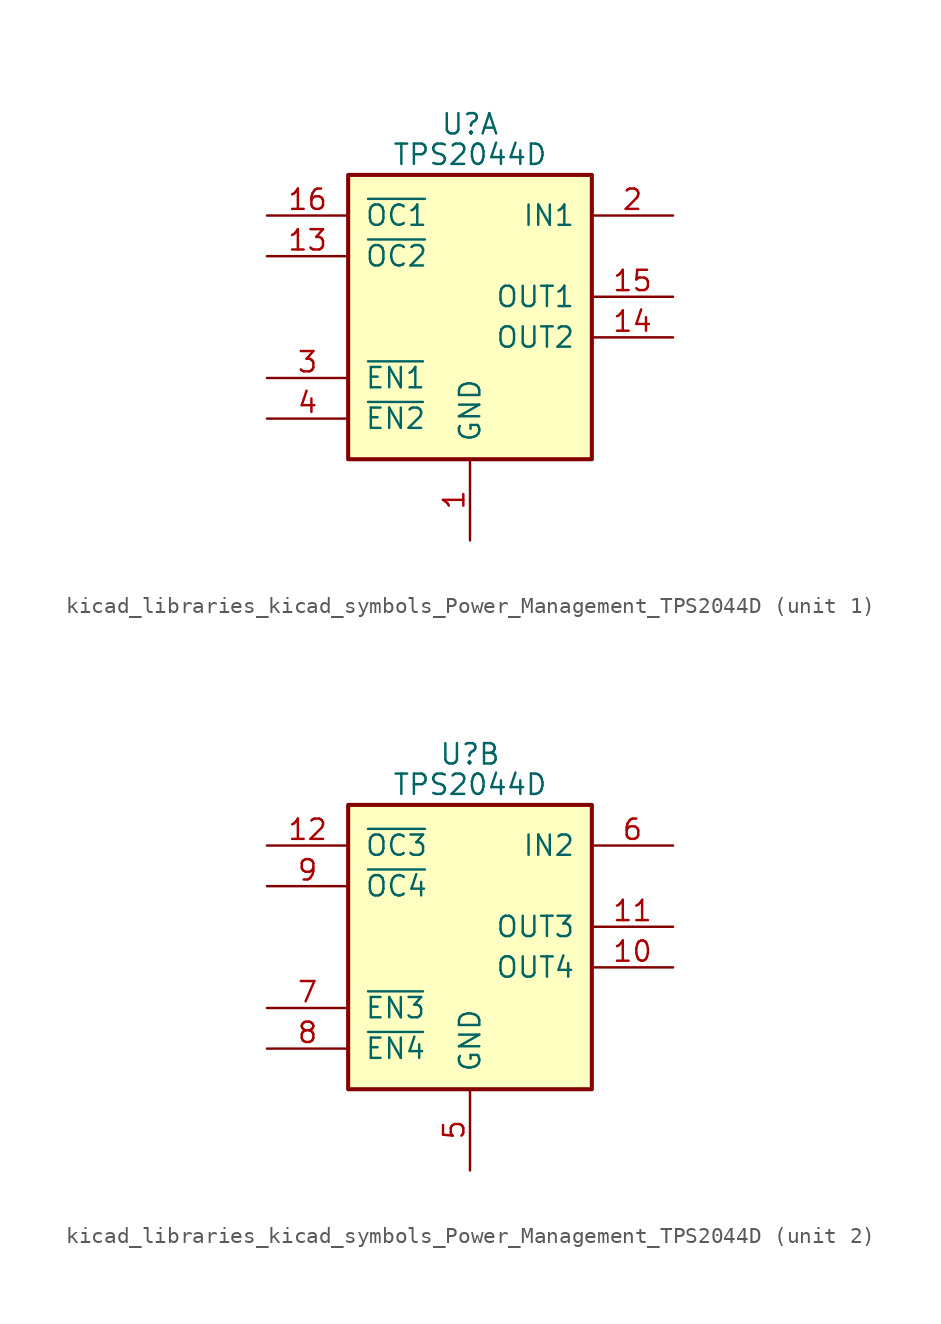
<source format=kicad_sym>
(kicad_symbol_lib
  (version 20220914)
  (generator kicad_symbol_editor)
  (symbol "kicad_libraries_kicad_symbols_Power_Management_TPS2044D"
    (pin_names
      (offset 1.016))
    (property "Reference" "U"
      (at 0 10.795 0)
      (effects (font (size 1.27 1.27))))
    (property "Value" "TPS2044D"
      (at 0 8.89 0)
      (effects (font (size 1.27 1.27))))
    (property "ki_locked" ""
      (at 0 0 0)
      (effects (font (size 1.27 1.27))))
    (symbol "kicad_libraries_kicad_symbols_Power_Management_TPS2044D_0_1"
      (rectangle (start -7.62 7.62) (end 7.62 -10.16) (stroke (width 0.254) (type default)) (fill (type background))))
    (symbol "kicad_libraries_kicad_symbols_Power_Management_TPS2044D_1_1"
      (pin power_in line (at 0 -15.24 90) (length 5.08) (name "GND" (effects (font (size 1.27 1.27)))) (number "1" (effects (font (size 1.27 1.27)))))
      (pin open_collector line (at -12.7 2.54 0) (length 5.08) (name "~{OC2}" (effects (font (size 1.27 1.27)))) (number "13" (effects (font (size 1.27 1.27)))))
      (pin power_out line (at 12.7 -2.54 180) (length 5.08) (name "OUT2" (effects (font (size 1.27 1.27)))) (number "14" (effects (font (size 1.27 1.27)))))
      (pin power_out line (at 12.7 0 180) (length 5.08) (name "OUT1" (effects (font (size 1.27 1.27)))) (number "15" (effects (font (size 1.27 1.27)))))
      (pin open_collector line (at -12.7 5.08 0) (length 5.08) (name "~{OC1}" (effects (font (size 1.27 1.27)))) (number "16" (effects (font (size 1.27 1.27)))))
      (pin power_in line (at 12.7 5.08 180) (length 5.08) (name "IN1" (effects (font (size 1.27 1.27)))) (number "2" (effects (font (size 1.27 1.27)))))
      (pin input line (at -12.7 -5.08 0) (length 5.08) (name "~{EN1}" (effects (font (size 1.27 1.27)))) (number "3" (effects (font (size 1.27 1.27)))))
      (pin input line (at -12.7 -7.62 0) (length 5.08) (name "~{EN2}" (effects (font (size 1.27 1.27)))) (number "4" (effects (font (size 1.27 1.27))))))
    (symbol "kicad_libraries_kicad_symbols_Power_Management_TPS2044D_2_1"
      (pin power_out line (at 12.7 -2.54 180) (length 5.08) (name "OUT4" (effects (font (size 1.27 1.27)))) (number "10" (effects (font (size 1.27 1.27)))))
      (pin power_out line (at 12.7 0 180) (length 5.08) (name "OUT3" (effects (font (size 1.27 1.27)))) (number "11" (effects (font (size 1.27 1.27)))))
      (pin open_collector line (at -12.7 5.08 0) (length 5.08) (name "~{OC3}" (effects (font (size 1.27 1.27)))) (number "12" (effects (font (size 1.27 1.27)))))
      (pin power_in line (at 0 -15.24 90) (length 5.08) (name "GND" (effects (font (size 1.27 1.27)))) (number "5" (effects (font (size 1.27 1.27)))))
      (pin power_in line (at 12.7 5.08 180) (length 5.08) (name "IN2" (effects (font (size 1.27 1.27)))) (number "6" (effects (font (size 1.27 1.27)))))
      (pin input line (at -12.7 -5.08 0) (length 5.08) (name "~{EN3}" (effects (font (size 1.27 1.27)))) (number "7" (effects (font (size 1.27 1.27)))))
      (pin input line (at -12.7 -7.62 0) (length 5.08) (name "~{EN4}" (effects (font (size 1.27 1.27)))) (number "8" (effects (font (size 1.27 1.27)))))
      (pin open_collector line (at -12.7 2.54 0) (length 5.08) (name "~{OC4}" (effects (font (size 1.27 1.27)))) (number "9" (effects (font (size 1.27 1.27))))))))
</source>
